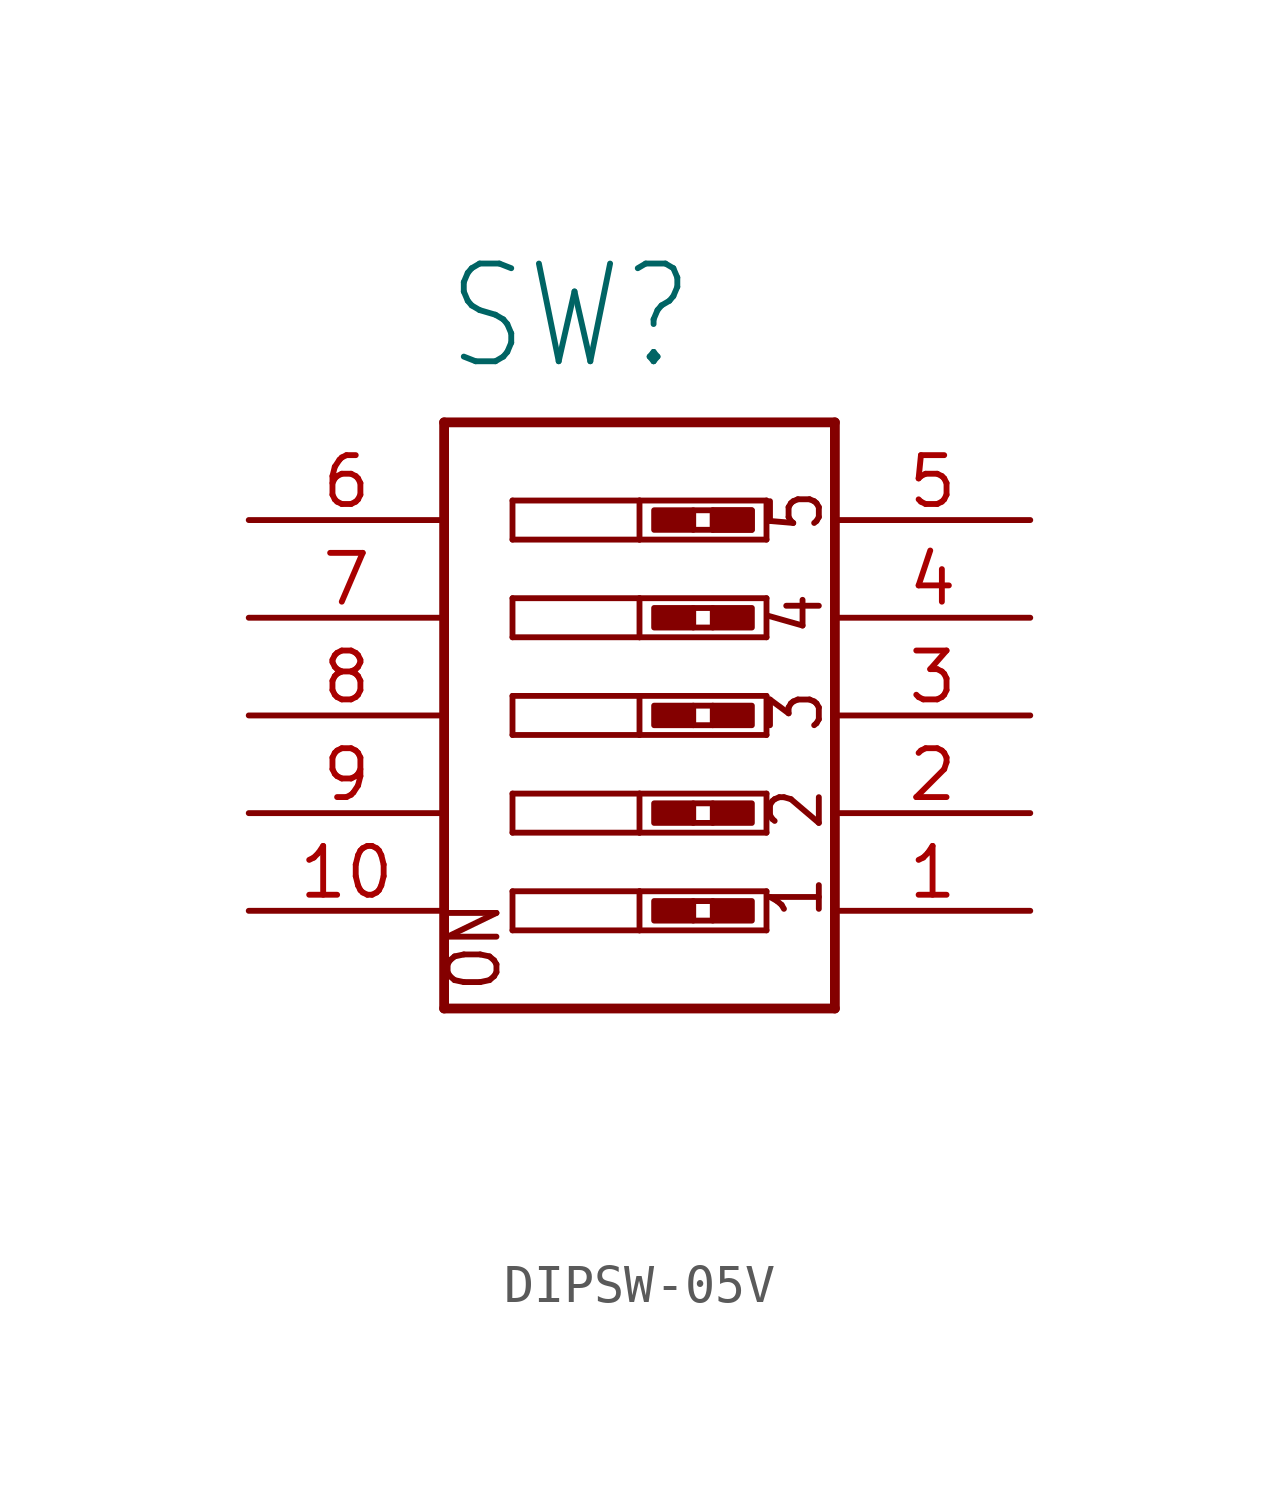
<source format=kicad_sym>
(kicad_symbol_lib
  (version 20220914)
  (generator kicad_symbol_editor)
  (symbol "DIPSW-05V"
    (property "Reference" "SW"
      (at -5.08 8.89 0)
      (effects (font (size 2.54 2.159)) (justify left bottom)))
    (property "Value" ""
      (at -5.08 -11.43 0)
      (effects (font (size 2.54 2.159)) (justify left bottom)))
    (property "ki_locked" ""
      (at 0 0 0)
      (effects (font (size 1.27 1.27))))
    (symbol "DIPSW-05V_1_0"
      (polyline (pts (xy -5.08 -7.62) (xy 5.08 -7.62)) (stroke (width 0.254) (type solid)) (fill (type none)))
      (polyline (pts (xy -5.08 7.62) (xy -5.08 -7.62)) (stroke (width 0.254) (type solid)) (fill (type none)))
      (polyline (pts (xy -3.302 -5.588) (xy -3.302 -4.572)) (stroke (width 0.152) (type solid)) (fill (type none)))
      (polyline (pts (xy -3.302 -4.572) (xy 0 -4.572)) (stroke (width 0.152) (type solid)) (fill (type none)))
      (polyline (pts (xy -3.302 -3.048) (xy -3.302 -2.032)) (stroke (width 0.152) (type solid)) (fill (type none)))
      (polyline (pts (xy -3.302 -2.032) (xy 0 -2.032)) (stroke (width 0.152) (type solid)) (fill (type none)))
      (polyline (pts (xy -3.302 -0.508) (xy -3.302 0.508)) (stroke (width 0.152) (type solid)) (fill (type none)))
      (polyline (pts (xy -3.302 0.508) (xy 0 0.508)) (stroke (width 0.152) (type solid)) (fill (type none)))
      (polyline (pts (xy -3.302 2.032) (xy -3.302 3.048)) (stroke (width 0.152) (type solid)) (fill (type none)))
      (polyline (pts (xy -3.302 3.048) (xy 0 3.048)) (stroke (width 0.152) (type solid)) (fill (type none)))
      (polyline (pts (xy -3.302 4.572) (xy -3.302 5.588)) (stroke (width 0.152) (type solid)) (fill (type none)))
      (polyline (pts (xy -3.302 5.588) (xy 0 5.588)) (stroke (width 0.152) (type solid)) (fill (type none)))
      (polyline (pts (xy 0 -5.588) (xy -3.302 -5.588)) (stroke (width 0.152) (type solid)) (fill (type none)))
      (polyline (pts (xy 0 -4.572) (xy 0 -5.588)) (stroke (width 0.152) (type solid)) (fill (type none)))
      (polyline (pts (xy 0 -4.572) (xy 3.302 -4.572)) (stroke (width 0.152) (type solid)) (fill (type none)))
      (polyline (pts (xy 0 -3.048) (xy -3.302 -3.048)) (stroke (width 0.152) (type solid)) (fill (type none)))
      (polyline (pts (xy 0 -2.032) (xy 0 -3.048)) (stroke (width 0.152) (type solid)) (fill (type none)))
      (polyline (pts (xy 0 -2.032) (xy 3.302 -2.032)) (stroke (width 0.152) (type solid)) (fill (type none)))
      (polyline (pts (xy 0 -0.508) (xy -3.302 -0.508)) (stroke (width 0.152) (type solid)) (fill (type none)))
      (polyline (pts (xy 0 0.508) (xy 0 -0.508)) (stroke (width 0.152) (type solid)) (fill (type none)))
      (polyline (pts (xy 0 0.508) (xy 3.302 0.508)) (stroke (width 0.152) (type solid)) (fill (type none)))
      (polyline (pts (xy 0 2.032) (xy -3.302 2.032)) (stroke (width 0.152) (type solid)) (fill (type none)))
      (polyline (pts (xy 0 3.048) (xy 0 2.032)) (stroke (width 0.152) (type solid)) (fill (type none)))
      (polyline (pts (xy 0 3.048) (xy 3.302 3.048)) (stroke (width 0.152) (type solid)) (fill (type none)))
      (polyline (pts (xy 0 4.572) (xy -3.302 4.572)) (stroke (width 0.152) (type solid)) (fill (type none)))
      (polyline (pts (xy 0 5.588) (xy 0 4.572)) (stroke (width 0.152) (type solid)) (fill (type none)))
      (polyline (pts (xy 0 5.588) (xy 3.302 5.588)) (stroke (width 0.152) (type solid)) (fill (type none)))
      (polyline (pts (xy 1.397 -5.334) (xy 1.905 -5.334)) (stroke (width 0) (type solid)) (fill (type none)))
      (polyline (pts (xy 1.397 -4.826) (xy 1.905 -4.826)) (stroke (width 0) (type solid)) (fill (type none)))
      (polyline (pts (xy 1.397 -2.794) (xy 1.905 -2.794)) (stroke (width 0) (type solid)) (fill (type none)))
      (polyline (pts (xy 1.397 -2.286) (xy 1.905 -2.286)) (stroke (width 0) (type solid)) (fill (type none)))
      (polyline (pts (xy 1.397 -0.254) (xy 1.905 -0.254)) (stroke (width 0) (type solid)) (fill (type none)))
      (polyline (pts (xy 1.397 0.254) (xy 1.905 0.254)) (stroke (width 0) (type solid)) (fill (type none)))
      (polyline (pts (xy 1.397 2.286) (xy 1.905 2.286)) (stroke (width 0) (type solid)) (fill (type none)))
      (polyline (pts (xy 1.397 2.794) (xy 1.905 2.794)) (stroke (width 0) (type solid)) (fill (type none)))
      (polyline (pts (xy 1.397 4.826) (xy 1.905 4.826)) (stroke (width 0) (type solid)) (fill (type none)))
      (polyline (pts (xy 1.397 5.334) (xy 1.905 5.334)) (stroke (width 0) (type solid)) (fill (type none)))
      (polyline (pts (xy 3.302 -5.588) (xy 0 -5.588)) (stroke (width 0.152) (type solid)) (fill (type none)))
      (polyline (pts (xy 3.302 -4.572) (xy 3.302 -5.588)) (stroke (width 0.152) (type solid)) (fill (type none)))
      (polyline (pts (xy 3.302 -3.048) (xy 0 -3.048)) (stroke (width 0.152) (type solid)) (fill (type none)))
      (polyline (pts (xy 3.302 -2.032) (xy 3.302 -3.048)) (stroke (width 0.152) (type solid)) (fill (type none)))
      (polyline (pts (xy 3.302 -0.508) (xy 0 -0.508)) (stroke (width 0.152) (type solid)) (fill (type none)))
      (polyline (pts (xy 3.302 0.508) (xy 3.302 -0.508)) (stroke (width 0.152) (type solid)) (fill (type none)))
      (polyline (pts (xy 3.302 2.032) (xy 0 2.032)) (stroke (width 0.152) (type solid)) (fill (type none)))
      (polyline (pts (xy 3.302 3.048) (xy 3.302 2.032)) (stroke (width 0.152) (type solid)) (fill (type none)))
      (polyline (pts (xy 3.302 4.572) (xy 0 4.572)) (stroke (width 0.152) (type solid)) (fill (type none)))
      (polyline (pts (xy 3.302 5.588) (xy 3.302 4.572)) (stroke (width 0.152) (type solid)) (fill (type none)))
      (polyline (pts (xy 5.08 -7.62) (xy 5.08 7.62)) (stroke (width 0.254) (type solid)) (fill (type none)))
      (polyline (pts (xy 5.08 7.62) (xy -5.08 7.62)) (stroke (width 0.254) (type solid)) (fill (type none)))
      (rectangle (start 0.381 -5.334) (end 1.397 -4.826) (stroke (width 0) (type default)) (fill (type outline)))
      (rectangle (start 0.381 -2.794) (end 1.397 -2.286) (stroke (width 0) (type default)) (fill (type outline)))
      (rectangle (start 0.381 -0.254) (end 1.397 0.254) (stroke (width 0) (type default)) (fill (type outline)))
      (rectangle (start 0.381 2.286) (end 1.397 2.794) (stroke (width 0) (type default)) (fill (type outline)))
      (rectangle (start 0.381 4.826) (end 1.397 5.334) (stroke (width 0) (type default)) (fill (type outline)))
      (rectangle (start 1.905 -5.334) (end 2.921 -4.826) (stroke (width 0) (type default)) (fill (type outline)))
      (rectangle (start 1.905 -2.794) (end 2.921 -2.286) (stroke (width 0) (type default)) (fill (type outline)))
      (rectangle (start 1.905 -0.254) (end 2.921 0.254) (stroke (width 0) (type default)) (fill (type outline)))
      (rectangle (start 1.905 2.286) (end 2.921 2.794) (stroke (width 0) (type default)) (fill (type outline)))
      (rectangle (start 1.905 4.826) (end 2.921 5.334) (stroke (width 0) (type default)) (fill (type outline)))
      (rectangle (start 1.905 4.826) (end 2.921 5.334) (stroke (width 0) (type default)) (fill (type outline)))
      (text "1" (at 4.826 -5.334 900) (effects (font (size 1.27 1.079)) (justify left bottom)))
      (text "2" (at 4.826 -3.048 900) (effects (font (size 1.27 1.079)) (justify left bottom)))
      (text "3" (at 4.826 -0.508 900) (effects (font (size 1.27 1.079)) (justify left bottom)))
      (text "4" (at 4.826 2.032 900) (effects (font (size 1.27 1.079)) (justify left bottom)))
      (text "5" (at 4.826 4.699 900) (effects (font (size 1.27 1.079)) (justify left bottom)))
      (text "ON" (at -3.556 -7.239 900) (effects (font (size 1.27 1.079)) (justify left bottom)))
      (pin passive line (at 10.16 -5.08 180) (length 5.08) (name "1" (effects (font (size 0 0)))) (number "1" (effects (font (size 1.27 1.27)))))
      (pin passive line (at -10.16 -5.08 0) (length 5.08) (name "10" (effects (font (size 0 0)))) (number "10" (effects (font (size 1.27 1.27)))))
      (pin passive line (at 10.16 -2.54 180) (length 5.08) (name "2" (effects (font (size 0 0)))) (number "2" (effects (font (size 1.27 1.27)))))
      (pin passive line (at 10.16 0 180) (length 5.08) (name "3" (effects (font (size 0 0)))) (number "3" (effects (font (size 1.27 1.27)))))
      (pin passive line (at 10.16 2.54 180) (length 5.08) (name "4" (effects (font (size 0 0)))) (number "4" (effects (font (size 1.27 1.27)))))
      (pin passive line (at 10.16 5.08 180) (length 5.08) (name "5" (effects (font (size 0 0)))) (number "5" (effects (font (size 1.27 1.27)))))
      (pin passive line (at -10.16 5.08 0) (length 5.08) (name "6" (effects (font (size 0 0)))) (number "6" (effects (font (size 1.27 1.27)))))
      (pin passive line (at -10.16 2.54 0) (length 5.08) (name "7" (effects (font (size 0 0)))) (number "7" (effects (font (size 1.27 1.27)))))
      (pin passive line (at -10.16 0 0) (length 5.08) (name "8" (effects (font (size 0 0)))) (number "8" (effects (font (size 1.27 1.27)))))
      (pin passive line (at -10.16 -2.54 0) (length 5.08) (name "9" (effects (font (size 0 0)))) (number "9" (effects (font (size 1.27 1.27))))))))
</source>
